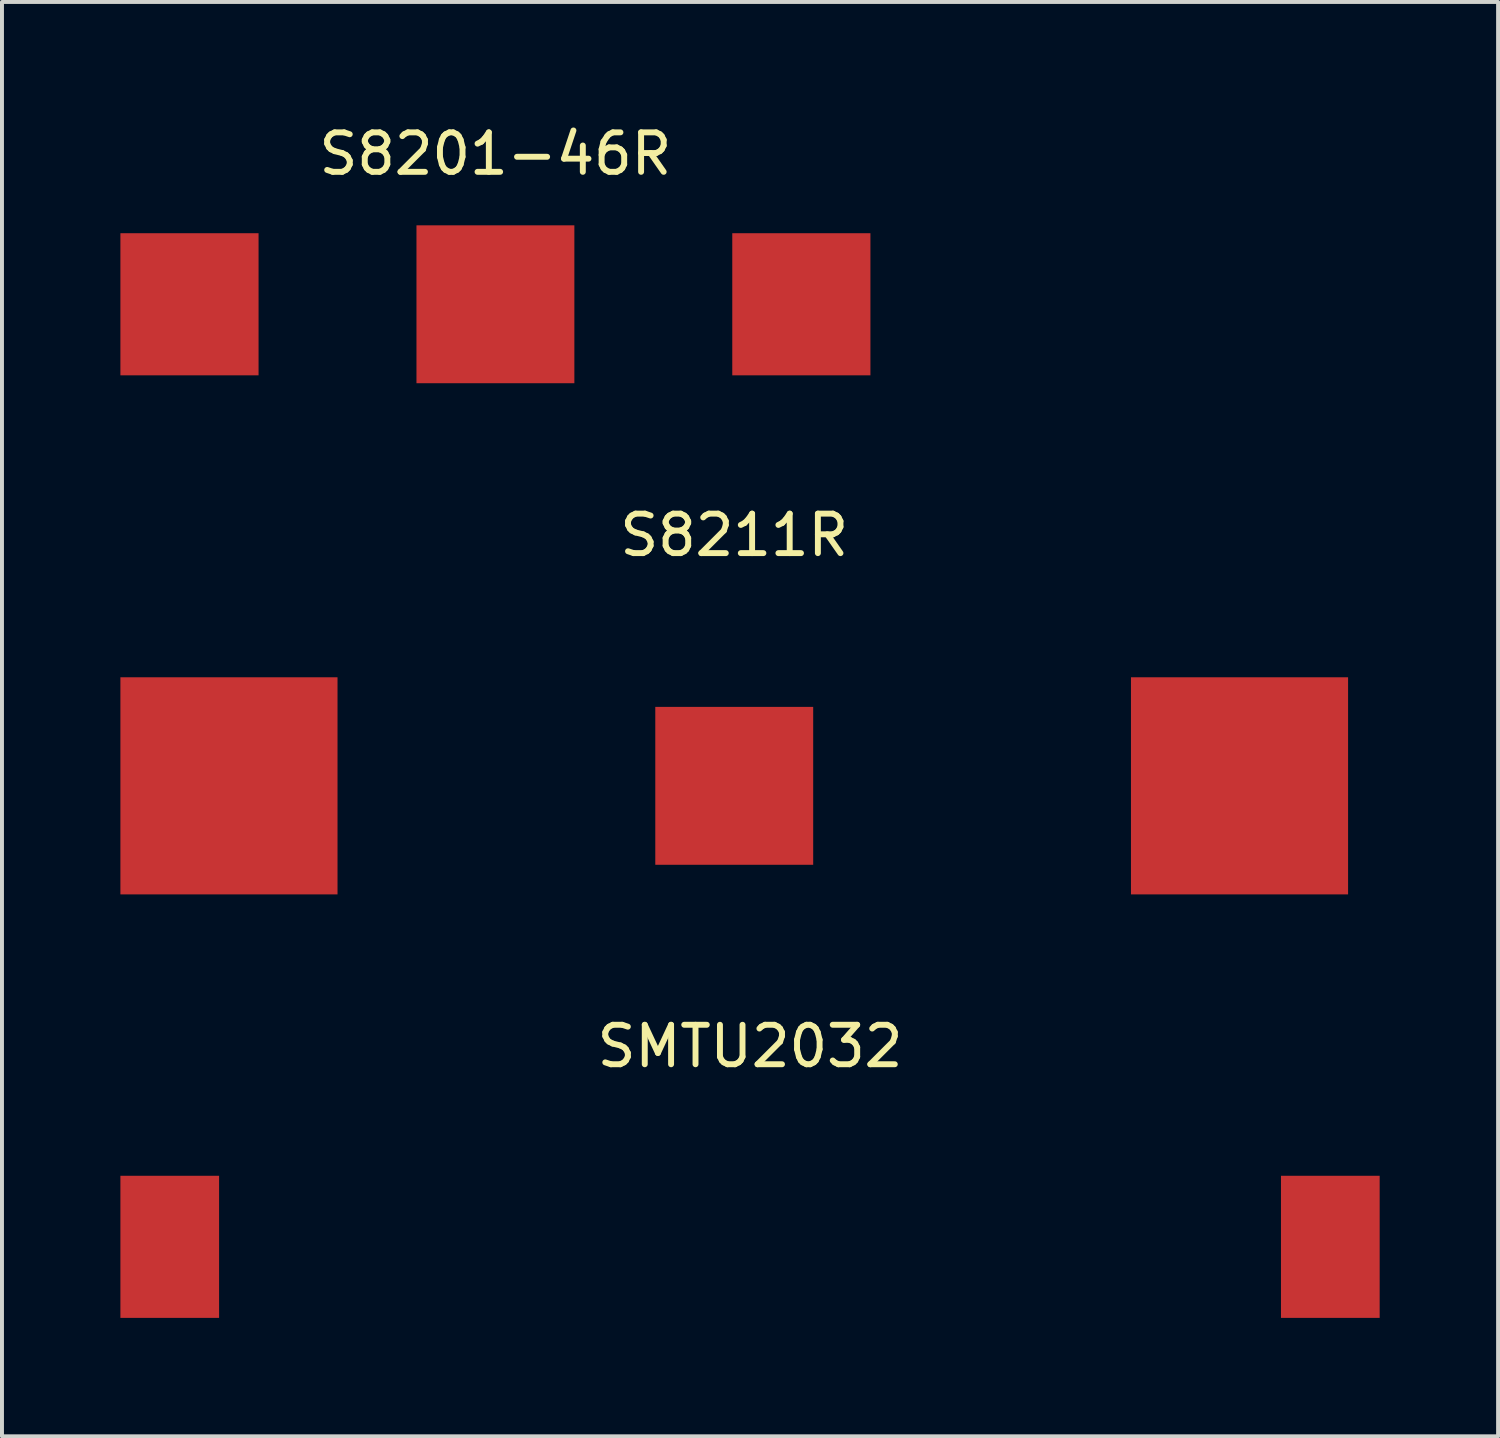
<source format=kicad_pcb>
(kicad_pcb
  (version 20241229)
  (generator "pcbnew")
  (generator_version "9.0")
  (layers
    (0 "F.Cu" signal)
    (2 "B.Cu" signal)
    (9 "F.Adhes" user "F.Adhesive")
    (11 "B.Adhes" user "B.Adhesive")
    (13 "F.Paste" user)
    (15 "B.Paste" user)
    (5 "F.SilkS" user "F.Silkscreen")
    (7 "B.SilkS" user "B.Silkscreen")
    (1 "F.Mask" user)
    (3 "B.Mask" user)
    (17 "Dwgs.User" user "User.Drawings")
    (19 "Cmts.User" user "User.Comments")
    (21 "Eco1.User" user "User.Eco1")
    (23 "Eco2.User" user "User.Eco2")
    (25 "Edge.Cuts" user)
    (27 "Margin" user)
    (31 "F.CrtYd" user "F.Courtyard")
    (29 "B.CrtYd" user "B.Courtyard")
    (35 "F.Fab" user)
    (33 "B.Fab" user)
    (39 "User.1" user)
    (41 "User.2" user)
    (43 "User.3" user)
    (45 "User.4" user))
  (footprint "SMTU2032"
    (layer "F.Cu")
    (at 15.95 28.535)
    (property "Reference" "SMTU2032" (at 0 -5.08 0) (layer "F.SilkS") (effects (font (size 1 1) (thickness 0.15))))
    (attr through_hole)
    (pad "1" smd rect (at -14.7 0) (size 2.5 3.6) (layers "F.Cu" "F.Mask" "F.Paste"))
    (pad "2" smd rect (at 14.7 0) (size 2.5 3.6) (layers "F.Cu" "F.Mask" "F.Paste")))
  (footprint "S8211R"
    (layer "F.Cu")
    (at 15.55 16.857)
    (property "Reference" "S8211R" (at 0 -6.35 0) (layer "F.SilkS") (effects (font (size 1 1) (thickness 0.15))))
    (attr through_hole)
    (pad "1" smd rect (at -12.8 0) (size 5.5 5.5) (layers "F.Cu" "F.Mask" "F.Paste"))
    (pad "1" smd rect (at 12.8 0) (size 5.5 5.5) (layers "F.Cu" "F.Mask" "F.Paste"))
    (pad "2" smd rect (at 0 0) (size 4 4) (layers "F.Cu" "F.Mask" "F.Paste")))
  (footprint "S8201-46R"
    (layer "F.Cu")
    (at 9.5 4.658)
    (property "Reference" "S8201-46R" (at 0 -3.81 0) (layer "F.SilkS") (effects (font (size 1 1) (thickness 0.15))))
    (attr through_hole)
    (pad "" smd rect (at 0 0) (size 4 4) (layers "F.Cu" "F.Mask" "F.Paste"))
    (pad "1" smd rect (at -7.75 0) (size 3.5 3.6) (layers "F.Cu" "F.Mask" "F.Paste"))
    (pad "2" smd rect (at 7.75 0) (size 3.5 3.6) (layers "F.Cu" "F.Mask" "F.Paste")))
  (gr_rect
    (start -3 -3)
    (end 34.9 33.335)
    (stroke (width 0.1) (type default))
    (fill no)
    (layer "Edge.Cuts")))
</source>
